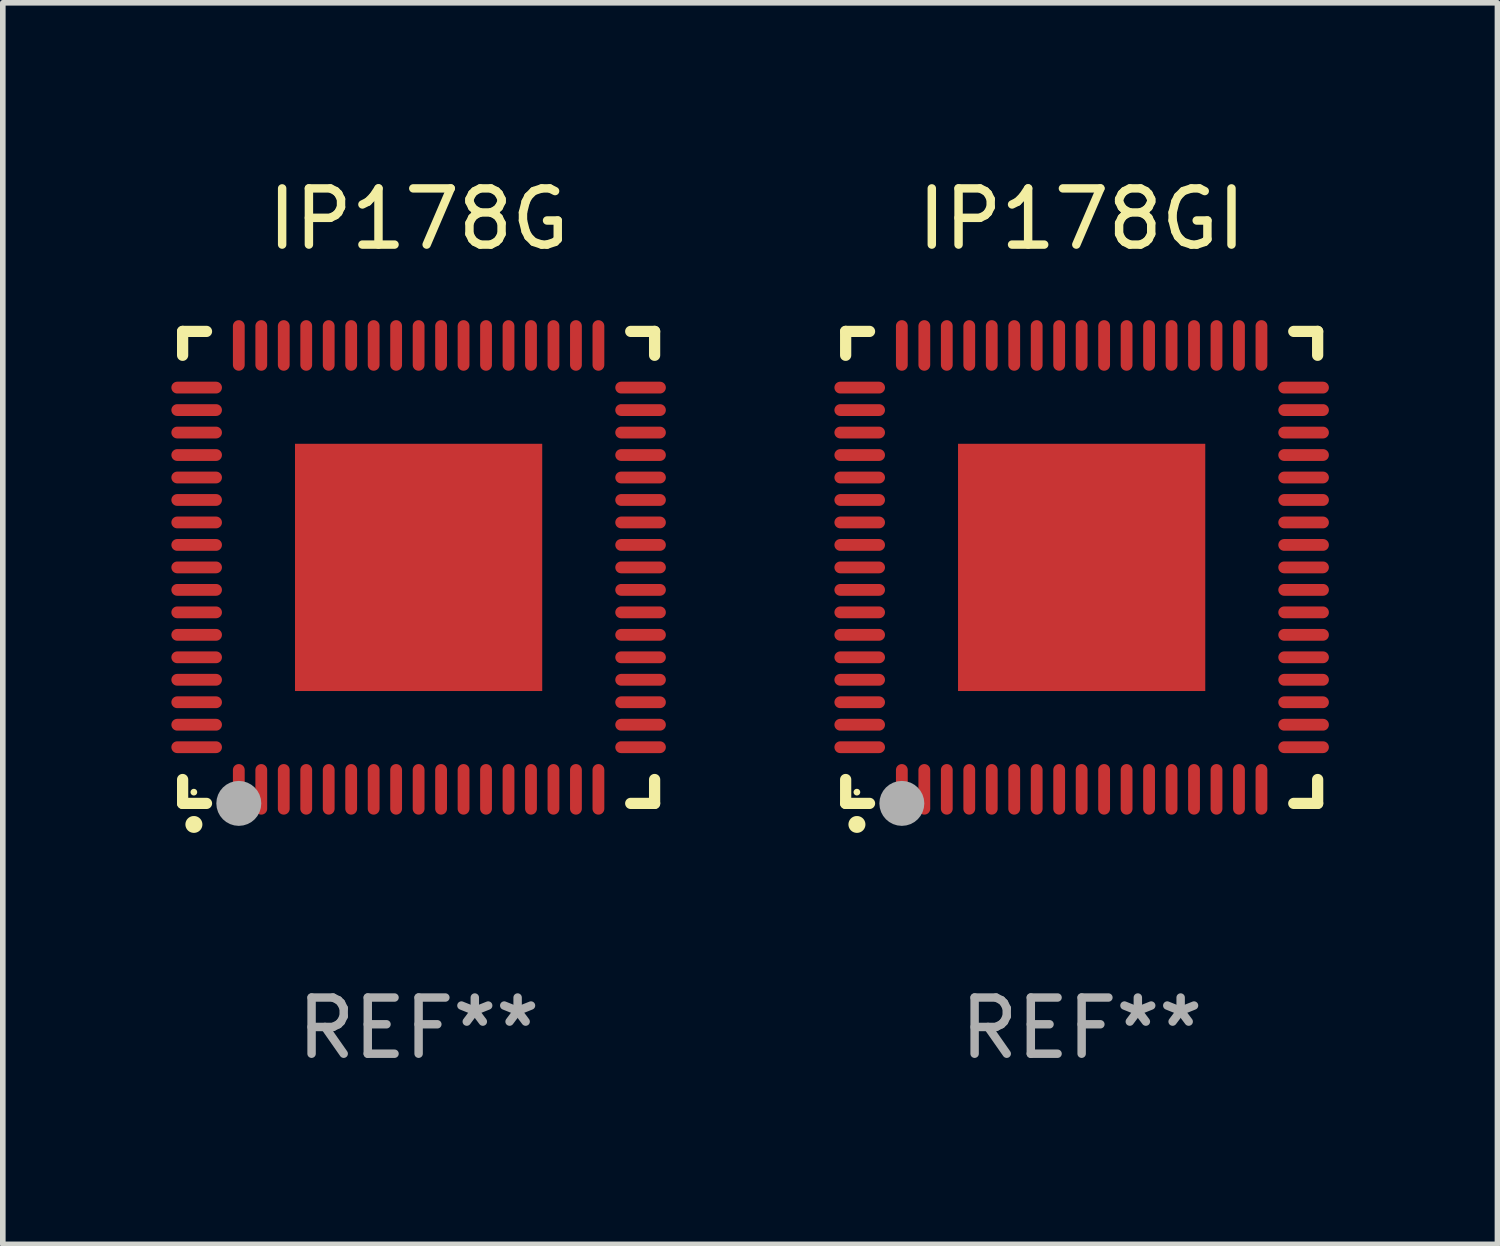
<source format=kicad_pcb>
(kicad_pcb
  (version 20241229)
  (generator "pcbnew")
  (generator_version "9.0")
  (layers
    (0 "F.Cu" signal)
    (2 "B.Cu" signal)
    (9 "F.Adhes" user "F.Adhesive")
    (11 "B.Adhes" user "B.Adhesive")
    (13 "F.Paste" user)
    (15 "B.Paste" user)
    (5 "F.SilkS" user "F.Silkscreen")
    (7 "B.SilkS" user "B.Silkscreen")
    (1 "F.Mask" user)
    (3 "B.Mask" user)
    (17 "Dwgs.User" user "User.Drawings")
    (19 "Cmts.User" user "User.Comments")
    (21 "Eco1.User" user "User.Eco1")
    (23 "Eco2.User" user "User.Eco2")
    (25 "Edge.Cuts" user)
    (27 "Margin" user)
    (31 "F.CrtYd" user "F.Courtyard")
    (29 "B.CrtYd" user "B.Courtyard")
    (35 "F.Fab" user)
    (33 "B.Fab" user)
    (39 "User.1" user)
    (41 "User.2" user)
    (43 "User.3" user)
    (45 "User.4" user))
  (footprint "IP178G"
    (layer "F.Cu")
    (at 4.4 7.048)
    (property "Reference" "IP178G" (at 0 -6.2 0) (layer "F.SilkS") (effects (font (size 1 1) (thickness 0.15))))
    (attr through_hole)
    (fp_line (start -4.2 -4.2) (end -4.2 -3.775) (stroke (width 0.2) (type solid)) (layer "F.SilkS"))
    (fp_line (start -4.2 4.2) (end -4.2 3.775) (stroke (width 0.2) (type solid)) (layer "F.SilkS"))
    (fp_line (start -3.775 -4.2) (end -4.2 -4.2) (stroke (width 0.2) (type solid)) (layer "F.SilkS"))
    (fp_line (start -3.775 4.2) (end -4.2 4.2) (stroke (width 0.2) (type solid)) (layer "F.SilkS"))
    (fp_line (start 3.775 4.2) (end 4.2 4.2) (stroke (width 0.2) (type solid)) (layer "F.SilkS"))
    (fp_line (start 4.2 -4.2) (end 3.775 -4.2) (stroke (width 0.2) (type solid)) (layer "F.SilkS"))
    (fp_line (start 4.2 -3.775) (end 4.2 -4.2) (stroke (width 0.2) (type solid)) (layer "F.SilkS"))
    (fp_line (start 4.2 4.2) (end 4.2 3.775) (stroke (width 0.2) (type solid)) (layer "F.SilkS"))
    (fp_arc (start -4.000495 4.574536) (mid -3.999225 4.574531) (end -3.997955 4.574536) (stroke (width 0.3) (type solid)) (layer "F.SilkS"))
    (fp_circle (center -4 4) (end -3.97 4) (stroke (width 0.06) (type solid)) (fill no) (layer "F.SilkS"))
    (fp_circle (center -3.2 4.2) (end -3 4.2) (stroke (width 0.4) (type solid)) (fill no) (layer "F.Fab"))
    (fp_text user "REF**" (at 0 8.2 0) (layer "F.Fab") (effects (font (size 1 1) (thickness 0.15))))
    (pad "1" smd oval (at -3.2 3.95) (size 0.21 0.9) (layers "F.Cu" "F.Mask" "F.Paste"))
    (pad "2" smd oval (at -2.8 3.95) (size 0.21 0.9) (layers "F.Cu" "F.Mask" "F.Paste"))
    (pad "3" smd oval (at -2.4 3.95) (size 0.21 0.9) (layers "F.Cu" "F.Mask" "F.Paste"))
    (pad "4" smd oval (at -2 3.95) (size 0.21 0.9) (layers "F.Cu" "F.Mask" "F.Paste"))
    (pad "5" smd oval (at -1.6 3.95) (size 0.21 0.9) (layers "F.Cu" "F.Mask" "F.Paste"))
    (pad "6" smd oval (at -1.2 3.95) (size 0.21 0.9) (layers "F.Cu" "F.Mask" "F.Paste"))
    (pad "7" smd oval (at -0.8 3.95) (size 0.21 0.9) (layers "F.Cu" "F.Mask" "F.Paste"))
    (pad "8" smd oval (at -0.4 3.95) (size 0.21 0.9) (layers "F.Cu" "F.Mask" "F.Paste"))
    (pad "9" smd oval (at -0.000038 3.95) (size 0.21 0.9) (layers "F.Cu" "F.Mask" "F.Paste"))
    (pad "10" smd oval (at 0.4 3.95) (size 0.21 0.9) (layers "F.Cu" "F.Mask" "F.Paste"))
    (pad "11" smd oval (at 0.8 3.95) (size 0.21 0.9) (layers "F.Cu" "F.Mask" "F.Paste"))
    (pad "12" smd oval (at 1.2 3.95) (size 0.21 0.9) (layers "F.Cu" "F.Mask" "F.Paste"))
    (pad "13" smd oval (at 1.6 3.95) (size 0.21 0.9) (layers "F.Cu" "F.Mask" "F.Paste"))
    (pad "14" smd oval (at 2 3.95) (size 0.21 0.9) (layers "F.Cu" "F.Mask" "F.Paste"))
    (pad "15" smd oval (at 2.4 3.95) (size 0.21 0.9) (layers "F.Cu" "F.Mask" "F.Paste"))
    (pad "16" smd oval (at 2.8 3.95) (size 0.21 0.9) (layers "F.Cu" "F.Mask" "F.Paste"))
    (pad "17" smd oval (at 3.2 3.95) (size 0.21 0.9) (layers "F.Cu" "F.Mask" "F.Paste"))
    (pad "18" smd oval (at 3.95 3.2 90) (size 0.21 0.9) (layers "F.Cu" "F.Mask" "F.Paste"))
    (pad "19" smd oval (at 3.95 2.8 90) (size 0.21 0.9) (layers "F.Cu" "F.Mask" "F.Paste"))
    (pad "20" smd oval (at 3.95 2.4 90) (size 0.21 0.9) (layers "F.Cu" "F.Mask" "F.Paste"))
    (pad "21" smd oval (at 3.95 2 90) (size 0.21 0.9) (layers "F.Cu" "F.Mask" "F.Paste"))
    (pad "22" smd oval (at 3.95 1.6 90) (size 0.21 0.9) (layers "F.Cu" "F.Mask" "F.Paste"))
    (pad "23" smd oval (at 3.95 1.2 90) (size 0.21 0.9) (layers "F.Cu" "F.Mask" "F.Paste"))
    (pad "24" smd oval (at 3.95 0.8 90) (size 0.21 0.9) (layers "F.Cu" "F.Mask" "F.Paste"))
    (pad "25" smd oval (at 3.95 0.4 90) (size 0.21 0.9) (layers "F.Cu" "F.Mask" "F.Paste"))
    (pad "26" smd oval (at 3.95 0.000089 90) (size 0.21 0.9) (layers "F.Cu" "F.Mask" "F.Paste"))
    (pad "27" smd oval (at 3.95 -0.4 90) (size 0.21 0.9) (layers "F.Cu" "F.Mask" "F.Paste"))
    (pad "28" smd oval (at 3.95 -0.8 90) (size 0.21 0.9) (layers "F.Cu" "F.Mask" "F.Paste"))
    (pad "29" smd oval (at 3.95 -1.2 90) (size 0.21 0.9) (layers "F.Cu" "F.Mask" "F.Paste"))
    (pad "30" smd oval (at 3.95 -1.6 90) (size 0.21 0.9) (layers "F.Cu" "F.Mask" "F.Paste"))
    (pad "31" smd oval (at 3.95 -2 90) (size 0.21 0.9) (layers "F.Cu" "F.Mask" "F.Paste"))
    (pad "32" smd oval (at 3.95 -2.4 90) (size 0.21 0.9) (layers "F.Cu" "F.Mask" "F.Paste"))
    (pad "33" smd oval (at 3.95 -2.8 90) (size 0.21 0.9) (layers "F.Cu" "F.Mask" "F.Paste"))
    (pad "34" smd oval (at 3.95 -3.2 90) (size 0.21 0.9) (layers "F.Cu" "F.Mask" "F.Paste"))
    (pad "35" smd oval (at 3.2 -3.95 180) (size 0.21 0.9) (layers "F.Cu" "F.Mask" "F.Paste"))
    (pad "36" smd oval (at 2.8 -3.95 180) (size 0.21 0.9) (layers "F.Cu" "F.Mask" "F.Paste"))
    (pad "37" smd oval (at 2.4 -3.95 180) (size 0.21 0.9) (layers "F.Cu" "F.Mask" "F.Paste"))
    (pad "38" smd oval (at 2 -3.95 180) (size 0.21 0.9) (layers "F.Cu" "F.Mask" "F.Paste"))
    (pad "39" smd oval (at 1.6 -3.95 180) (size 0.21 0.9) (layers "F.Cu" "F.Mask" "F.Paste"))
    (pad "40" smd oval (at 1.2 -3.95 180) (size 0.21 0.9) (layers "F.Cu" "F.Mask" "F.Paste"))
    (pad "41" smd oval (at 0.8 -3.95 180) (size 0.21 0.9) (layers "F.Cu" "F.Mask" "F.Paste"))
    (pad "42" smd oval (at 0.4 -3.95 180) (size 0.21 0.9) (layers "F.Cu" "F.Mask" "F.Paste"))
    (pad "43" smd oval (at -0.000038 -3.95 180) (size 0.21 0.9) (layers "F.Cu" "F.Mask" "F.Paste"))
    (pad "44" smd oval (at -0.4 -3.95 180) (size 0.21 0.9) (layers "F.Cu" "F.Mask" "F.Paste"))
    (pad "45" smd oval (at -0.8 -3.95 180) (size 0.21 0.9) (layers "F.Cu" "F.Mask" "F.Paste"))
    (pad "46" smd oval (at -1.2 -3.95 180) (size 0.21 0.9) (layers "F.Cu" "F.Mask" "F.Paste"))
    (pad "47" smd oval (at -1.6 -3.95 180) (size 0.21 0.9) (layers "F.Cu" "F.Mask" "F.Paste"))
    (pad "48" smd oval (at -2 -3.95 180) (size 0.21 0.9) (layers "F.Cu" "F.Mask" "F.Paste"))
    (pad "49" smd oval (at -2.4 -3.95 180) (size 0.21 0.9) (layers "F.Cu" "F.Mask" "F.Paste"))
    (pad "50" smd oval (at -2.8 -3.95 180) (size 0.21 0.9) (layers "F.Cu" "F.Mask" "F.Paste"))
    (pad "51" smd oval (at -3.2 -3.95 180) (size 0.21 0.9) (layers "F.Cu" "F.Mask" "F.Paste"))
    (pad "52" smd oval (at -3.95 -3.2 270) (size 0.21 0.9) (layers "F.Cu" "F.Mask" "F.Paste"))
    (pad "53" smd oval (at -3.95 -2.8 270) (size 0.21 0.9) (layers "F.Cu" "F.Mask" "F.Paste"))
    (pad "54" smd oval (at -3.95 -2.4 270) (size 0.21 0.9) (layers "F.Cu" "F.Mask" "F.Paste"))
    (pad "55" smd oval (at -3.95 -2 270) (size 0.21 0.9) (layers "F.Cu" "F.Mask" "F.Paste"))
    (pad "56" smd oval (at -3.95 -1.6 270) (size 0.21 0.9) (layers "F.Cu" "F.Mask" "F.Paste"))
    (pad "57" smd oval (at -3.95 -1.2 270) (size 0.21 0.9) (layers "F.Cu" "F.Mask" "F.Paste"))
    (pad "58" smd oval (at -3.95 -0.8 270) (size 0.21 0.9) (layers "F.Cu" "F.Mask" "F.Paste"))
    (pad "59" smd oval (at -3.95 -0.4 270) (size 0.21 0.9) (layers "F.Cu" "F.Mask" "F.Paste"))
    (pad "60" smd oval (at -3.95 0.000089 270) (size 0.21 0.9) (layers "F.Cu" "F.Mask" "F.Paste"))
    (pad "61" smd oval (at -3.95 0.4 270) (size 0.21 0.9) (layers "F.Cu" "F.Mask" "F.Paste"))
    (pad "62" smd oval (at -3.95 0.8 270) (size 0.21 0.9) (layers "F.Cu" "F.Mask" "F.Paste"))
    (pad "63" smd oval (at -3.95 1.2 270) (size 0.21 0.9) (layers "F.Cu" "F.Mask" "F.Paste"))
    (pad "64" smd oval (at -3.95 1.6 270) (size 0.21 0.9) (layers "F.Cu" "F.Mask" "F.Paste"))
    (pad "65" smd oval (at -3.95 2 270) (size 0.21 0.9) (layers "F.Cu" "F.Mask" "F.Paste"))
    (pad "66" smd oval (at -3.95 2.4 270) (size 0.21 0.9) (layers "F.Cu" "F.Mask" "F.Paste"))
    (pad "67" smd oval (at -3.95 2.8 270) (size 0.21 0.9) (layers "F.Cu" "F.Mask" "F.Paste"))
    (pad "68" smd oval (at -3.95 3.2 270) (size 0.21 0.9) (layers "F.Cu" "F.Mask" "F.Paste"))
    (pad "69" smd rect (at -0.000038 0.000089 90) (size 4.4 4.4) (layers "F.Cu" "F.Mask" "F.Paste")))
  (footprint "IP178GI"
    (layer "F.Cu")
    (at 16.2 7.048)
    (property "Reference" "IP178GI" (at 0 -6.2 0) (layer "F.SilkS") (effects (font (size 1 1) (thickness 0.15))))
    (attr through_hole)
    (fp_line (start -4.2 -4.2) (end -4.2 -3.775) (stroke (width 0.2) (type solid)) (layer "F.SilkS"))
    (fp_line (start -4.2 4.2) (end -4.2 3.775) (stroke (width 0.2) (type solid)) (layer "F.SilkS"))
    (fp_line (start -3.775 -4.2) (end -4.2 -4.2) (stroke (width 0.2) (type solid)) (layer "F.SilkS"))
    (fp_line (start -3.775 4.2) (end -4.2 4.2) (stroke (width 0.2) (type solid)) (layer "F.SilkS"))
    (fp_line (start 3.775 4.2) (end 4.2 4.2) (stroke (width 0.2) (type solid)) (layer "F.SilkS"))
    (fp_line (start 4.2 -4.2) (end 3.775 -4.2) (stroke (width 0.2) (type solid)) (layer "F.SilkS"))
    (fp_line (start 4.2 -3.775) (end 4.2 -4.2) (stroke (width 0.2) (type solid)) (layer "F.SilkS"))
    (fp_line (start 4.2 4.2) (end 4.2 3.775) (stroke (width 0.2) (type solid)) (layer "F.SilkS"))
    (fp_arc (start -4.000495 4.574536) (mid -3.999225 4.574531) (end -3.997955 4.574536) (stroke (width 0.3) (type solid)) (layer "F.SilkS"))
    (fp_circle (center -4 4) (end -3.97 4) (stroke (width 0.06) (type solid)) (fill no) (layer "F.SilkS"))
    (fp_circle (center -3.2 4.2) (end -3 4.2) (stroke (width 0.4) (type solid)) (fill no) (layer "F.Fab"))
    (fp_text user "REF**" (at 0 8.2 0) (layer "F.Fab") (effects (font (size 1 1) (thickness 0.15))))
    (pad "1" smd oval (at -3.2 3.95) (size 0.21 0.9) (layers "F.Cu" "F.Mask" "F.Paste"))
    (pad "2" smd oval (at -2.8 3.95) (size 0.21 0.9) (layers "F.Cu" "F.Mask" "F.Paste"))
    (pad "3" smd oval (at -2.4 3.95) (size 0.21 0.9) (layers "F.Cu" "F.Mask" "F.Paste"))
    (pad "4" smd oval (at -2 3.95) (size 0.21 0.9) (layers "F.Cu" "F.Mask" "F.Paste"))
    (pad "5" smd oval (at -1.6 3.95) (size 0.21 0.9) (layers "F.Cu" "F.Mask" "F.Paste"))
    (pad "6" smd oval (at -1.2 3.95) (size 0.21 0.9) (layers "F.Cu" "F.Mask" "F.Paste"))
    (pad "7" smd oval (at -0.8 3.95) (size 0.21 0.9) (layers "F.Cu" "F.Mask" "F.Paste"))
    (pad "8" smd oval (at -0.4 3.95) (size 0.21 0.9) (layers "F.Cu" "F.Mask" "F.Paste"))
    (pad "9" smd oval (at -0.000038 3.95) (size 0.21 0.9) (layers "F.Cu" "F.Mask" "F.Paste"))
    (pad "10" smd oval (at 0.4 3.95) (size 0.21 0.9) (layers "F.Cu" "F.Mask" "F.Paste"))
    (pad "11" smd oval (at 0.8 3.95) (size 0.21 0.9) (layers "F.Cu" "F.Mask" "F.Paste"))
    (pad "12" smd oval (at 1.2 3.95) (size 0.21 0.9) (layers "F.Cu" "F.Mask" "F.Paste"))
    (pad "13" smd oval (at 1.6 3.95) (size 0.21 0.9) (layers "F.Cu" "F.Mask" "F.Paste"))
    (pad "14" smd oval (at 2 3.95) (size 0.21 0.9) (layers "F.Cu" "F.Mask" "F.Paste"))
    (pad "15" smd oval (at 2.4 3.95) (size 0.21 0.9) (layers "F.Cu" "F.Mask" "F.Paste"))
    (pad "16" smd oval (at 2.8 3.95) (size 0.21 0.9) (layers "F.Cu" "F.Mask" "F.Paste"))
    (pad "17" smd oval (at 3.2 3.95) (size 0.21 0.9) (layers "F.Cu" "F.Mask" "F.Paste"))
    (pad "18" smd oval (at 3.95 3.2 90) (size 0.21 0.9) (layers "F.Cu" "F.Mask" "F.Paste"))
    (pad "19" smd oval (at 3.95 2.8 90) (size 0.21 0.9) (layers "F.Cu" "F.Mask" "F.Paste"))
    (pad "20" smd oval (at 3.95 2.4 90) (size 0.21 0.9) (layers "F.Cu" "F.Mask" "F.Paste"))
    (pad "21" smd oval (at 3.95 2 90) (size 0.21 0.9) (layers "F.Cu" "F.Mask" "F.Paste"))
    (pad "22" smd oval (at 3.95 1.6 90) (size 0.21 0.9) (layers "F.Cu" "F.Mask" "F.Paste"))
    (pad "23" smd oval (at 3.95 1.2 90) (size 0.21 0.9) (layers "F.Cu" "F.Mask" "F.Paste"))
    (pad "24" smd oval (at 3.95 0.8 90) (size 0.21 0.9) (layers "F.Cu" "F.Mask" "F.Paste"))
    (pad "25" smd oval (at 3.95 0.4 90) (size 0.21 0.9) (layers "F.Cu" "F.Mask" "F.Paste"))
    (pad "26" smd oval (at 3.95 0.000089 90) (size 0.21 0.9) (layers "F.Cu" "F.Mask" "F.Paste"))
    (pad "27" smd oval (at 3.95 -0.4 90) (size 0.21 0.9) (layers "F.Cu" "F.Mask" "F.Paste"))
    (pad "28" smd oval (at 3.95 -0.8 90) (size 0.21 0.9) (layers "F.Cu" "F.Mask" "F.Paste"))
    (pad "29" smd oval (at 3.95 -1.2 90) (size 0.21 0.9) (layers "F.Cu" "F.Mask" "F.Paste"))
    (pad "30" smd oval (at 3.95 -1.6 90) (size 0.21 0.9) (layers "F.Cu" "F.Mask" "F.Paste"))
    (pad "31" smd oval (at 3.95 -2 90) (size 0.21 0.9) (layers "F.Cu" "F.Mask" "F.Paste"))
    (pad "32" smd oval (at 3.95 -2.4 90) (size 0.21 0.9) (layers "F.Cu" "F.Mask" "F.Paste"))
    (pad "33" smd oval (at 3.95 -2.8 90) (size 0.21 0.9) (layers "F.Cu" "F.Mask" "F.Paste"))
    (pad "34" smd oval (at 3.95 -3.2 90) (size 0.21 0.9) (layers "F.Cu" "F.Mask" "F.Paste"))
    (pad "35" smd oval (at 3.2 -3.95 180) (size 0.21 0.9) (layers "F.Cu" "F.Mask" "F.Paste"))
    (pad "36" smd oval (at 2.8 -3.95 180) (size 0.21 0.9) (layers "F.Cu" "F.Mask" "F.Paste"))
    (pad "37" smd oval (at 2.4 -3.95 180) (size 0.21 0.9) (layers "F.Cu" "F.Mask" "F.Paste"))
    (pad "38" smd oval (at 2 -3.95 180) (size 0.21 0.9) (layers "F.Cu" "F.Mask" "F.Paste"))
    (pad "39" smd oval (at 1.6 -3.95 180) (size 0.21 0.9) (layers "F.Cu" "F.Mask" "F.Paste"))
    (pad "40" smd oval (at 1.2 -3.95 180) (size 0.21 0.9) (layers "F.Cu" "F.Mask" "F.Paste"))
    (pad "41" smd oval (at 0.8 -3.95 180) (size 0.21 0.9) (layers "F.Cu" "F.Mask" "F.Paste"))
    (pad "42" smd oval (at 0.4 -3.95 180) (size 0.21 0.9) (layers "F.Cu" "F.Mask" "F.Paste"))
    (pad "43" smd oval (at -0.000038 -3.95 180) (size 0.21 0.9) (layers "F.Cu" "F.Mask" "F.Paste"))
    (pad "44" smd oval (at -0.4 -3.95 180) (size 0.21 0.9) (layers "F.Cu" "F.Mask" "F.Paste"))
    (pad "45" smd oval (at -0.8 -3.95 180) (size 0.21 0.9) (layers "F.Cu" "F.Mask" "F.Paste"))
    (pad "46" smd oval (at -1.2 -3.95 180) (size 0.21 0.9) (layers "F.Cu" "F.Mask" "F.Paste"))
    (pad "47" smd oval (at -1.6 -3.95 180) (size 0.21 0.9) (layers "F.Cu" "F.Mask" "F.Paste"))
    (pad "48" smd oval (at -2 -3.95 180) (size 0.21 0.9) (layers "F.Cu" "F.Mask" "F.Paste"))
    (pad "49" smd oval (at -2.4 -3.95 180) (size 0.21 0.9) (layers "F.Cu" "F.Mask" "F.Paste"))
    (pad "50" smd oval (at -2.8 -3.95 180) (size 0.21 0.9) (layers "F.Cu" "F.Mask" "F.Paste"))
    (pad "51" smd oval (at -3.2 -3.95 180) (size 0.21 0.9) (layers "F.Cu" "F.Mask" "F.Paste"))
    (pad "52" smd oval (at -3.95 -3.2 270) (size 0.21 0.9) (layers "F.Cu" "F.Mask" "F.Paste"))
    (pad "53" smd oval (at -3.95 -2.8 270) (size 0.21 0.9) (layers "F.Cu" "F.Mask" "F.Paste"))
    (pad "54" smd oval (at -3.95 -2.4 270) (size 0.21 0.9) (layers "F.Cu" "F.Mask" "F.Paste"))
    (pad "55" smd oval (at -3.95 -2 270) (size 0.21 0.9) (layers "F.Cu" "F.Mask" "F.Paste"))
    (pad "56" smd oval (at -3.95 -1.6 270) (size 0.21 0.9) (layers "F.Cu" "F.Mask" "F.Paste"))
    (pad "57" smd oval (at -3.95 -1.2 270) (size 0.21 0.9) (layers "F.Cu" "F.Mask" "F.Paste"))
    (pad "58" smd oval (at -3.95 -0.8 270) (size 0.21 0.9) (layers "F.Cu" "F.Mask" "F.Paste"))
    (pad "59" smd oval (at -3.95 -0.4 270) (size 0.21 0.9) (layers "F.Cu" "F.Mask" "F.Paste"))
    (pad "60" smd oval (at -3.95 0.000089 270) (size 0.21 0.9) (layers "F.Cu" "F.Mask" "F.Paste"))
    (pad "61" smd oval (at -3.95 0.4 270) (size 0.21 0.9) (layers "F.Cu" "F.Mask" "F.Paste"))
    (pad "62" smd oval (at -3.95 0.8 270) (size 0.21 0.9) (layers "F.Cu" "F.Mask" "F.Paste"))
    (pad "63" smd oval (at -3.95 1.2 270) (size 0.21 0.9) (layers "F.Cu" "F.Mask" "F.Paste"))
    (pad "64" smd oval (at -3.95 1.6 270) (size 0.21 0.9) (layers "F.Cu" "F.Mask" "F.Paste"))
    (pad "65" smd oval (at -3.95 2 270) (size 0.21 0.9) (layers "F.Cu" "F.Mask" "F.Paste"))
    (pad "66" smd oval (at -3.95 2.4 270) (size 0.21 0.9) (layers "F.Cu" "F.Mask" "F.Paste"))
    (pad "67" smd oval (at -3.95 2.8 270) (size 0.21 0.9) (layers "F.Cu" "F.Mask" "F.Paste"))
    (pad "68" smd oval (at -3.95 3.2 270) (size 0.21 0.9) (layers "F.Cu" "F.Mask" "F.Paste"))
    (pad "69" smd rect (at -0.000038 0.000089 90) (size 4.4 4.4) (layers "F.Cu" "F.Mask" "F.Paste")))
  (gr_rect
    (start -3 -3)
    (end 23.6 19.096)
    (stroke (width 0.1) (type default))
    (fill no)
    (layer "Edge.Cuts")))
</source>
